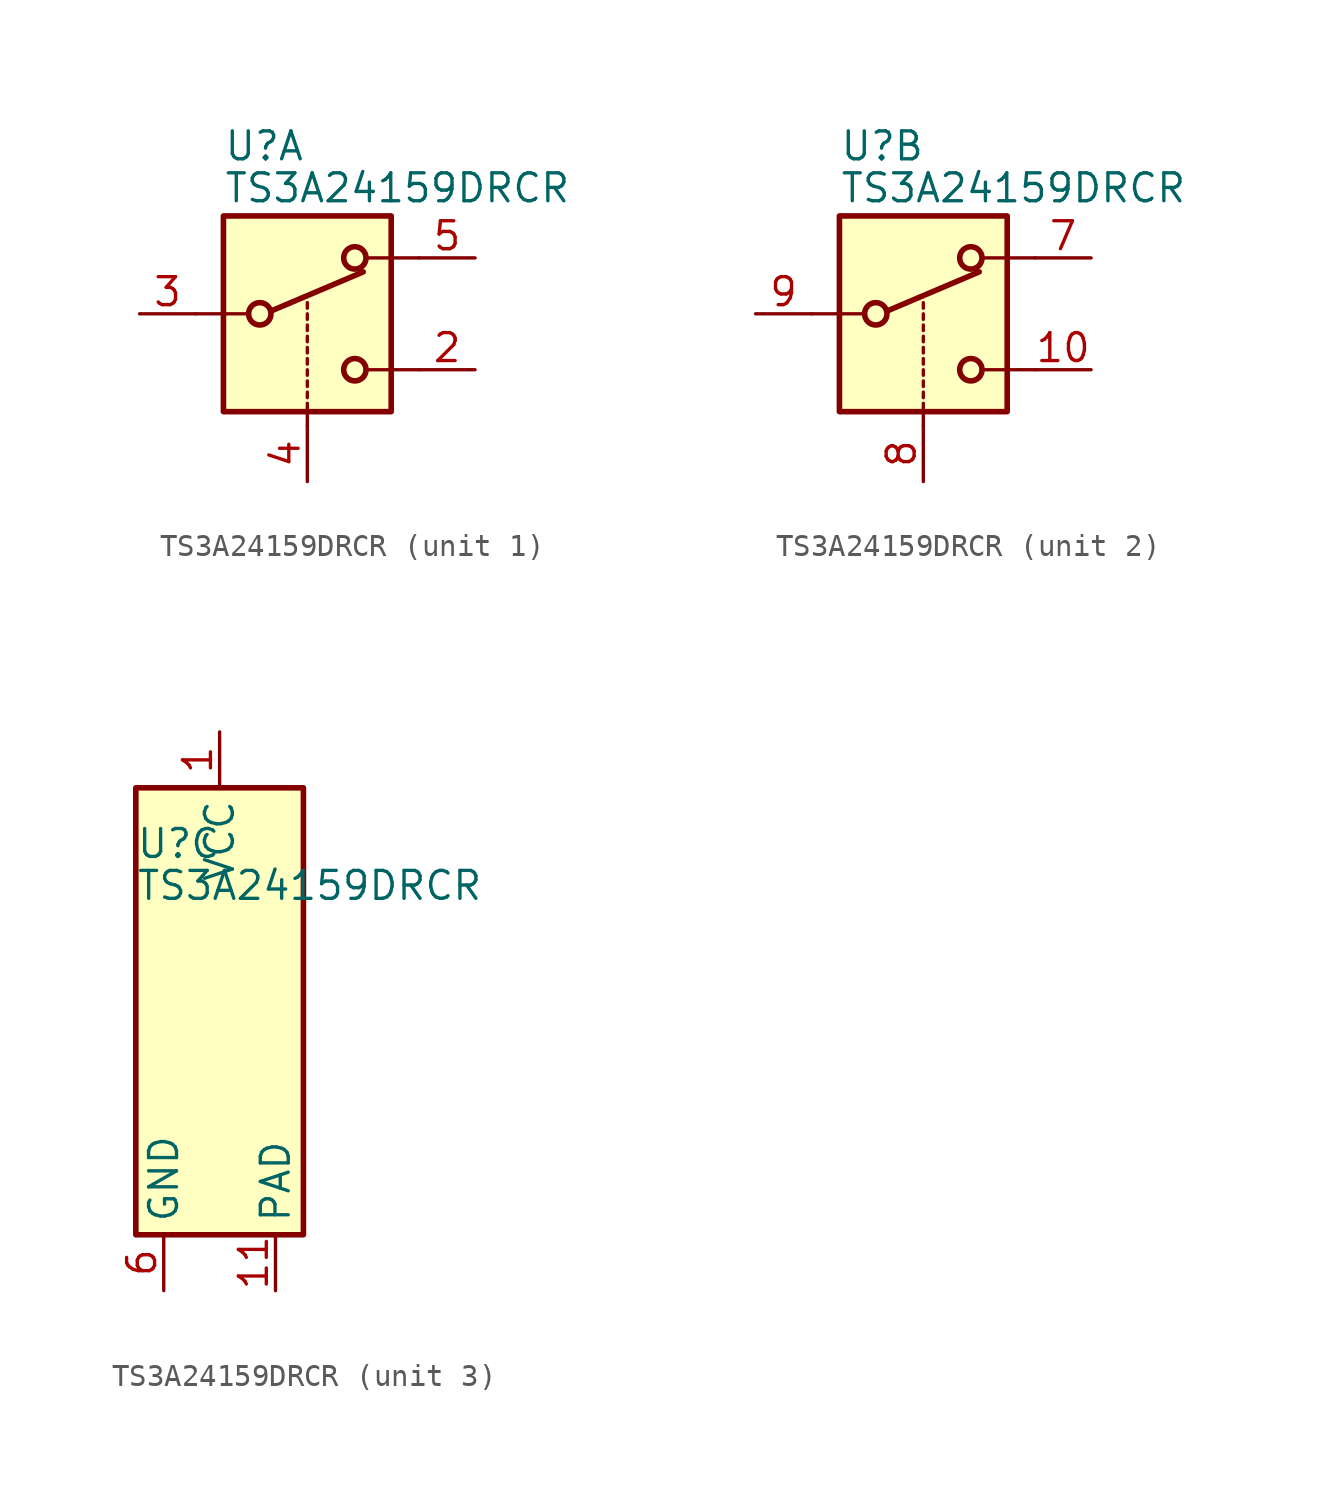
<source format=kicad_sym>
(kicad_symbol_lib
  (version 20231120)
  (generator "kicad_symbol_editor")
  (generator_version "8.0")
  (symbol "TS3A24159DRCR"
    (property "Reference" "U"
      (at -3.81 7.62 0)
      (effects (font (size 1.27 1.27)) (justify left)))
    (property "Value" "TS3A24159DRCR"
      (at -3.81 5.715 0)
      (effects (font (size 1.27 1.27)) (justify left)))
    (property "ki_locked" ""
      (at 0 0 0)
      (effects (font (size 1.27 1.27))))
    (symbol "TS3A24159DRCR_1_1"
      (rectangle (start -3.81 4.445) (end 3.81 -4.445) (stroke (width 0.254) (type default)) (fill (type background)))
      (circle (center -2.159 0) (radius 0.508) (stroke (width 0.254) (type default)) (fill (type none)))
      (polyline (pts (xy -5.08 0) (xy -2.794 0)) (stroke (width 0) (type default)) (fill (type none)))
      (polyline (pts (xy -1.651 0.127) (xy 2.54 1.905)) (stroke (width 0.254) (type default)) (fill (type none)))
      (polyline (pts (xy 0 -5.08) (xy 0 -4.572)) (stroke (width 0) (type default)) (fill (type none)))
      (polyline (pts (xy 0 -4.318) (xy 0 -4.064)) (stroke (width 0) (type default)) (fill (type none)))
      (polyline (pts (xy 0 -3.81) (xy 0 -3.556)) (stroke (width 0) (type default)) (fill (type none)))
      (polyline (pts (xy 0 -3.302) (xy 0 -3.048)) (stroke (width 0) (type default)) (fill (type none)))
      (polyline (pts (xy 0 -2.794) (xy 0 -2.54)) (stroke (width 0) (type default)) (fill (type none)))
      (polyline (pts (xy 0 -2.286) (xy 0 -2.032)) (stroke (width 0) (type default)) (fill (type none)))
      (polyline (pts (xy 0 -1.778) (xy 0 -1.524)) (stroke (width 0) (type default)) (fill (type none)))
      (polyline (pts (xy 0 -1.27) (xy 0 -1.016)) (stroke (width 0) (type default)) (fill (type none)))
      (polyline (pts (xy 0 -0.762) (xy 0 -0.508)) (stroke (width 0) (type default)) (fill (type none)))
      (polyline (pts (xy 0 -0.254) (xy 0 0)) (stroke (width 0) (type default)) (fill (type none)))
      (polyline (pts (xy 0 0.254) (xy 0 0.508)) (stroke (width 0) (type default)) (fill (type none)))
      (polyline (pts (xy 5.08 -2.54) (xy 2.794 -2.54)) (stroke (width 0) (type default)) (fill (type none)))
      (polyline (pts (xy 5.08 2.54) (xy 2.794 2.54)) (stroke (width 0) (type default)) (fill (type none)))
      (circle (center 2.159 -2.54) (radius 0.508) (stroke (width 0.254) (type default)) (fill (type none)))
      (circle (center 2.159 2.54) (radius 0.508) (stroke (width 0.254) (type default)) (fill (type none)))
      (pin passive line (at 7.62 -2.54 180) (length 2.54) (name "~" (effects (font (size 1.27 1.27)))) (number "2" (effects (font (size 1.27 1.27)))))
      (pin passive line (at -7.62 0 0) (length 2.54) (name "~" (effects (font (size 1.27 1.27)))) (number "3" (effects (font (size 1.27 1.27)))))
      (pin input line (at 0 -7.62 90) (length 2.54) (name "~" (effects (font (size 1.27 1.27)))) (number "4" (effects (font (size 1.27 1.27)))))
      (pin passive line (at 7.62 2.54 180) (length 2.54) (name "~" (effects (font (size 1.27 1.27)))) (number "5" (effects (font (size 1.27 1.27))))))
    (symbol "TS3A24159DRCR_2_1"
      (rectangle (start -3.81 4.445) (end 3.81 -4.445) (stroke (width 0.254) (type default)) (fill (type background)))
      (circle (center -2.159 0) (radius 0.508) (stroke (width 0.254) (type default)) (fill (type none)))
      (polyline (pts (xy -5.08 0) (xy -2.794 0)) (stroke (width 0) (type default)) (fill (type none)))
      (polyline (pts (xy -1.651 0.127) (xy 2.54 1.905)) (stroke (width 0.254) (type default)) (fill (type none)))
      (polyline (pts (xy 0 -5.08) (xy 0 -4.572)) (stroke (width 0) (type default)) (fill (type none)))
      (polyline (pts (xy 0 -4.318) (xy 0 -4.064)) (stroke (width 0) (type default)) (fill (type none)))
      (polyline (pts (xy 0 -3.81) (xy 0 -3.556)) (stroke (width 0) (type default)) (fill (type none)))
      (polyline (pts (xy 0 -3.302) (xy 0 -3.048)) (stroke (width 0) (type default)) (fill (type none)))
      (polyline (pts (xy 0 -2.794) (xy 0 -2.54)) (stroke (width 0) (type default)) (fill (type none)))
      (polyline (pts (xy 0 -2.286) (xy 0 -2.032)) (stroke (width 0) (type default)) (fill (type none)))
      (polyline (pts (xy 0 -1.778) (xy 0 -1.524)) (stroke (width 0) (type default)) (fill (type none)))
      (polyline (pts (xy 0 -1.27) (xy 0 -1.016)) (stroke (width 0) (type default)) (fill (type none)))
      (polyline (pts (xy 0 -0.762) (xy 0 -0.508)) (stroke (width 0) (type default)) (fill (type none)))
      (polyline (pts (xy 0 -0.254) (xy 0 0)) (stroke (width 0) (type default)) (fill (type none)))
      (polyline (pts (xy 0 0.254) (xy 0 0.508)) (stroke (width 0) (type default)) (fill (type none)))
      (polyline (pts (xy 5.08 -2.54) (xy 2.794 -2.54)) (stroke (width 0) (type default)) (fill (type none)))
      (polyline (pts (xy 5.08 2.54) (xy 2.794 2.54)) (stroke (width 0) (type default)) (fill (type none)))
      (circle (center 2.159 -2.54) (radius 0.508) (stroke (width 0.254) (type default)) (fill (type none)))
      (circle (center 2.159 2.54) (radius 0.508) (stroke (width 0.254) (type default)) (fill (type none)))
      (pin passive line (at 7.62 -2.54 180) (length 2.54) (name "~" (effects (font (size 1.27 1.27)))) (number "10" (effects (font (size 1.27 1.27)))))
      (pin passive line (at 7.62 2.54 180) (length 2.54) (name "~" (effects (font (size 1.27 1.27)))) (number "7" (effects (font (size 1.27 1.27)))))
      (pin input line (at 0 -7.62 90) (length 2.54) (name "~" (effects (font (size 1.27 1.27)))) (number "8" (effects (font (size 1.27 1.27)))))
      (pin passive line (at -7.62 0 0) (length 2.54) (name "~" (effects (font (size 1.27 1.27)))) (number "9" (effects (font (size 1.27 1.27))))))
    (symbol "TS3A24159DRCR_3_1"
      (rectangle (start -3.81 10.16) (end 3.81 -10.16) (stroke (width 0.254) (type default)) (fill (type background)))
      (pin power_in line (at 0 12.7 270) (length 2.54) (name "VCC" (effects (font (size 1.27 1.27)))) (number "1" (effects (font (size 1.27 1.27)))))
      (pin passive line (at 2.54 -12.7 90) (length 2.54) (name "PAD" (effects (font (size 1.27 1.27)))) (number "11" (effects (font (size 1.27 1.27)))))
      (pin power_in line (at -2.54 -12.7 90) (length 2.54) (name "GND" (effects (font (size 1.27 1.27)))) (number "6" (effects (font (size 1.27 1.27))))))))
</source>
